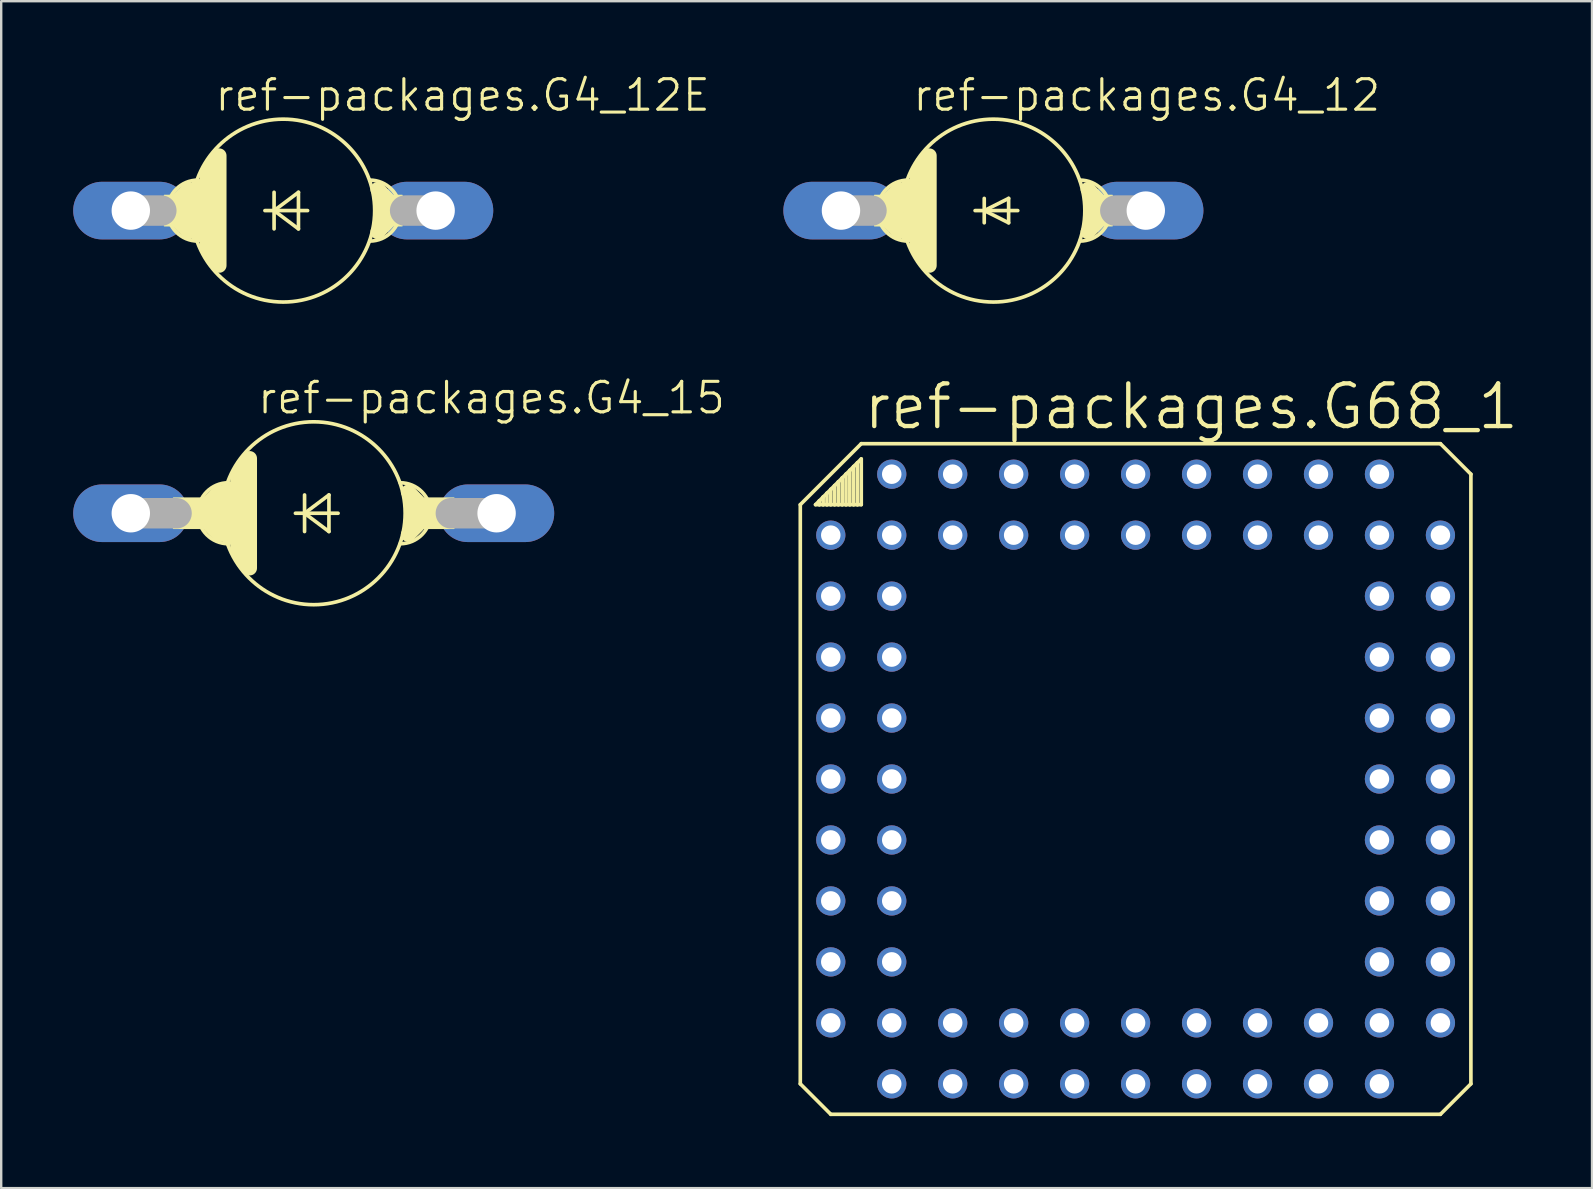
<source format=kicad_pcb>
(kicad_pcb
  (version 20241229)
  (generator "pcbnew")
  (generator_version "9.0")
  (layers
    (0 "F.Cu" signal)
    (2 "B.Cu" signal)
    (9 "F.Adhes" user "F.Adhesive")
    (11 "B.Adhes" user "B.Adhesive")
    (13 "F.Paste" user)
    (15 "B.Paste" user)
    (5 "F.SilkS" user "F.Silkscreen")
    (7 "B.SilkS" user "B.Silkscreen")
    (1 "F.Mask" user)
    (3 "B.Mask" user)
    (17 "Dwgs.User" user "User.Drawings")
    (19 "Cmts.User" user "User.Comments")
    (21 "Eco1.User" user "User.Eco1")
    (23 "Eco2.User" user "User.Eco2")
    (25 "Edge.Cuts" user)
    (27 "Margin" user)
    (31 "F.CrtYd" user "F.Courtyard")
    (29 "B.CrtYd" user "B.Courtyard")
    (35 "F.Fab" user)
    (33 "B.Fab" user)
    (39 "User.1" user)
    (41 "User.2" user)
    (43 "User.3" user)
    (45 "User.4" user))
  (footprint "ref-packages.G4_15"
    (layer "F.Cu")
    (at 10.02 18.334)
    (property "Reference" "ref-packages.G4_15" (at -2.413 -4.064 0) (layer "F.SilkS") (effects (font (size 1.27 1.27) (thickness 0.13)) (justify left bottom)))
    (attr through_hole)
    (fp_line (start -4.318 -0.508) (end -3.937 -0.889) (stroke (width 0.61) (type default)) (layer "F.SilkS"))
    (fp_line (start -4.318 0.508) (end -3.937 0.889) (stroke (width 0.61) (type default)) (layer "F.SilkS"))
    (fp_line (start -3.556 -1.016) (end -3.556 1.016) (stroke (width 0.61) (type default)) (layer "F.SilkS"))
    (fp_line (start -3.175 -1.524) (end -3.175 1.524) (stroke (width 0.61) (type default)) (layer "F.SilkS"))
    (fp_line (start -3.175 1.524) (end -2.921 2.032) (stroke (width 0.61) (type default)) (layer "F.SilkS"))
    (fp_line (start -2.921 -2.032) (end -3.175 -1.524) (stroke (width 0.61) (type default)) (layer "F.SilkS"))
    (fp_line (start -2.667 2.286) (end -2.667 -2.286) (stroke (width 0.61) (type default)) (layer "F.SilkS"))
    (fp_line (start -0.762 0) (end -0.381 0) (stroke (width 0.152) (type default)) (layer "F.SilkS"))
    (fp_line (start -0.381 -0.762) (end -0.381 0) (stroke (width 0.152) (type default)) (layer "F.SilkS"))
    (fp_line (start -0.381 0) (end -0.381 0.762) (stroke (width 0.152) (type default)) (layer "F.SilkS"))
    (fp_line (start -0.381 0) (end 0.635 -0.762) (stroke (width 0.152) (type default)) (layer "F.SilkS"))
    (fp_line (start -0.381 0) (end 1.016 0) (stroke (width 0.152) (type default)) (layer "F.SilkS"))
    (fp_line (start 0.635 -0.762) (end 0.635 0.762) (stroke (width 0.152) (type default)) (layer "F.SilkS"))
    (fp_line (start 0.635 0.762) (end -0.381 0) (stroke (width 0.152) (type default)) (layer "F.SilkS"))
    (fp_line (start 3.937 -0.889) (end 4.318 -0.508) (stroke (width 0.61) (type default)) (layer "F.SilkS"))
    (fp_line (start 4.318 0.508) (end 3.937 0.889) (stroke (width 0.61) (type default)) (layer "F.SilkS"))
    (fp_rect (start -5.842 0.635) (end -3.81 -0.635) (stroke (width 0.05) (type default)) (fill yes) (layer "F.SilkS"))
    (fp_rect (start 3.81 0.635) (end 5.842 -0.635) (stroke (width 0.05) (type default)) (fill yes) (layer "F.SilkS"))
    (fp_arc (start -3.556 1.27) (mid -4.826 0) (end -3.556 -1.27) (stroke (width 0.1524) (type default)) (layer "F.SilkS"))
    (fp_arc (start 3.606 -1.27) (mid 4.876 0) (end 3.606 1.27) (stroke (width 0.1524) (type default)) (layer "F.SilkS"))
    (fp_circle (center 0 0) (end 3.81 0) (stroke (width 0.152) (type default)) (fill no) (layer "F.SilkS"))
    (fp_line (start -7.62 0) (end -5.715 0) (stroke (width 1.27) (type default)) (layer "F.Fab"))
    (fp_line (start 7.62 0) (end 5.715 0) (stroke (width 1.27) (type default)) (layer "F.Fab"))
    (pad "A" thru_hole oval (at 7.62 0) (size 4.801 2.4) (drill 1.6) (layers "*.Cu" "*.Mask"))
    (pad "C" thru_hole oval (at -7.62 0) (size 4.801 2.4) (drill 1.6) (layers "*.Cu" "*.Mask")))
  (footprint "ref-packages.G4_12"
    (layer "F.Cu")
    (at 38.338 5.724)
    (property "Reference" "ref-packages.G4_12" (at -3.429 -4.064 0) (layer "F.SilkS") (effects (font (size 1.27 1.27) (thickness 0.13)) (justify left bottom)))
    (attr through_hole)
    (fp_line (start -4.318 -0.508) (end -3.937 -0.889) (stroke (width 0.61) (type default)) (layer "F.SilkS"))
    (fp_line (start -4.318 0.508) (end -3.937 0.889) (stroke (width 0.61) (type default)) (layer "F.SilkS"))
    (fp_line (start -3.556 -1.016) (end -3.556 1.016) (stroke (width 0.61) (type default)) (layer "F.SilkS"))
    (fp_line (start -3.175 -1.524) (end -3.175 1.524) (stroke (width 0.61) (type default)) (layer "F.SilkS"))
    (fp_line (start -3.175 1.524) (end -2.921 2.032) (stroke (width 0.61) (type default)) (layer "F.SilkS"))
    (fp_line (start -2.921 -2.032) (end -3.175 -1.524) (stroke (width 0.61) (type default)) (layer "F.SilkS"))
    (fp_line (start -2.667 2.286) (end -2.667 -2.286) (stroke (width 0.61) (type default)) (layer "F.SilkS"))
    (fp_line (start -0.762 0) (end -0.381 0) (stroke (width 0.152) (type default)) (layer "F.SilkS"))
    (fp_line (start -0.381 -0.508) (end -0.381 0) (stroke (width 0.152) (type default)) (layer "F.SilkS"))
    (fp_line (start -0.381 0) (end -0.381 0.508) (stroke (width 0.152) (type default)) (layer "F.SilkS"))
    (fp_line (start -0.381 0) (end 0.635 -0.508) (stroke (width 0.152) (type default)) (layer "F.SilkS"))
    (fp_line (start -0.381 0) (end 1.016 0) (stroke (width 0.152) (type default)) (layer "F.SilkS"))
    (fp_line (start 0.635 -0.508) (end 0.635 0.508) (stroke (width 0.152) (type default)) (layer "F.SilkS"))
    (fp_line (start 0.635 0.508) (end -0.381 0) (stroke (width 0.152) (type default)) (layer "F.SilkS"))
    (fp_line (start 3.937 -0.889) (end 4.318 -0.508) (stroke (width 0.61) (type default)) (layer "F.SilkS"))
    (fp_line (start 4.318 0.508) (end 3.937 0.889) (stroke (width 0.61) (type default)) (layer "F.SilkS"))
    (fp_rect (start -4.953 0.635) (end -3.81 -0.635) (stroke (width 0.05) (type default)) (fill yes) (layer "F.SilkS"))
    (fp_rect (start 3.81 0.635) (end 4.953 -0.635) (stroke (width 0.05) (type default)) (fill yes) (layer "F.SilkS"))
    (fp_arc (start -3.556 1.27) (mid -4.826 0) (end -3.556 -1.27) (stroke (width 0.1524) (type default)) (layer "F.SilkS"))
    (fp_arc (start 3.606 -1.27) (mid 4.876 0) (end 3.606 1.27) (stroke (width 0.1524) (type default)) (layer "F.SilkS"))
    (fp_circle (center 0 0) (end 3.81 0) (stroke (width 0.152) (type default)) (fill no) (layer "F.SilkS"))
    (fp_line (start -6.35 0) (end -5.08 0) (stroke (width 1.27) (type default)) (layer "F.Fab"))
    (fp_line (start 6.35 0) (end 5.08 0) (stroke (width 1.27) (type default)) (layer "F.Fab"))
    (pad "A" thru_hole oval (at 6.35 0) (size 4.801 2.4) (drill 1.6) (layers "*.Cu" "*.Mask"))
    (pad "C" thru_hole oval (at -6.35 0) (size 4.801 2.4) (drill 1.6) (layers "*.Cu" "*.Mask")))
  (footprint "ref-packages.G4_12E"
    (layer "F.Cu")
    (at 8.75 5.724)
    (property "Reference" "ref-packages.G4_12E" (at -2.921 -4.064 0) (layer "F.SilkS") (effects (font (size 1.27 1.27) (thickness 0.13)) (justify left bottom)))
    (attr through_hole)
    (fp_line (start -4.318 -0.508) (end -3.937 -0.889) (stroke (width 0.61) (type default)) (layer "F.SilkS"))
    (fp_line (start -4.318 0.508) (end -3.937 0.889) (stroke (width 0.61) (type default)) (layer "F.SilkS"))
    (fp_line (start -3.556 -1.016) (end -3.556 1.016) (stroke (width 0.61) (type default)) (layer "F.SilkS"))
    (fp_line (start -3.175 -1.524) (end -3.175 1.524) (stroke (width 0.61) (type default)) (layer "F.SilkS"))
    (fp_line (start -3.175 1.524) (end -2.921 2.032) (stroke (width 0.61) (type default)) (layer "F.SilkS"))
    (fp_line (start -2.921 -2.032) (end -3.175 -1.524) (stroke (width 0.61) (type default)) (layer "F.SilkS"))
    (fp_line (start -2.667 2.286) (end -2.667 -2.286) (stroke (width 0.61) (type default)) (layer "F.SilkS"))
    (fp_line (start -0.762 0) (end -0.381 0) (stroke (width 0.152) (type default)) (layer "F.SilkS"))
    (fp_line (start -0.381 -0.762) (end -0.381 0) (stroke (width 0.152) (type default)) (layer "F.SilkS"))
    (fp_line (start -0.381 0) (end -0.381 0.762) (stroke (width 0.152) (type default)) (layer "F.SilkS"))
    (fp_line (start -0.381 0) (end 0.635 -0.762) (stroke (width 0.152) (type default)) (layer "F.SilkS"))
    (fp_line (start -0.381 0) (end 1.016 0) (stroke (width 0.152) (type default)) (layer "F.SilkS"))
    (fp_line (start 0.635 -0.762) (end 0.635 0.762) (stroke (width 0.152) (type default)) (layer "F.SilkS"))
    (fp_line (start 0.635 0.762) (end -0.381 0) (stroke (width 0.152) (type default)) (layer "F.SilkS"))
    (fp_line (start 3.937 -0.889) (end 4.318 -0.508) (stroke (width 0.61) (type default)) (layer "F.SilkS"))
    (fp_line (start 4.318 0.508) (end 3.937 0.889) (stroke (width 0.61) (type default)) (layer "F.SilkS"))
    (fp_rect (start -4.953 0.635) (end -3.81 -0.635) (stroke (width 0.05) (type default)) (fill yes) (layer "F.SilkS"))
    (fp_rect (start 3.81 0.635) (end 4.953 -0.635) (stroke (width 0.05) (type default)) (fill yes) (layer "F.SilkS"))
    (fp_arc (start -3.556 1.27) (mid -4.826 0) (end -3.556 -1.27) (stroke (width 0.1524) (type default)) (layer "F.SilkS"))
    (fp_arc (start 3.606 -1.27) (mid 4.876 0) (end 3.606 1.27) (stroke (width 0.1524) (type default)) (layer "F.SilkS"))
    (fp_circle (center 0 0) (end 3.81 0) (stroke (width 0.152) (type default)) (fill no) (layer "F.SilkS"))
    (fp_line (start -6.35 0) (end -5.08 0) (stroke (width 1.27) (type default)) (layer "F.Fab"))
    (fp_line (start 6.35 0) (end 5.08 0) (stroke (width 1.27) (type default)) (layer "F.Fab"))
    (pad "A" thru_hole oval (at 6.35 0) (size 4.801 2.4) (drill 1.6) (layers "*.Cu" "*.Mask"))
    (pad "C" thru_hole oval (at -6.35 0) (size 4.801 2.4) (drill 1.6) (layers "*.Cu" "*.Mask")))
  (footprint "ref-packages.G68_1"
    (layer "F.Cu")
    (at 44.263 29.406)
    (property "Reference" "ref-packages.G68_1" (at -11.43 -14.478 0) (layer "F.SilkS") (effects (font (size 1.778 1.778) (thickness 0.18)) (justify left bottom)))
    (attr through_hole)
    (fp_line (start -13.97 -11.43) (end -11.43 -13.97) (stroke (width 0.152) (type default)) (layer "F.SilkS"))
    (fp_line (start -13.97 12.7) (end -13.97 -11.43) (stroke (width 0.152) (type default)) (layer "F.SilkS"))
    (fp_line (start -13.335 -11.43) (end -13.176 -11.589) (stroke (width 0.152) (type default)) (layer "F.SilkS"))
    (fp_line (start -13.176 -11.589) (end -13.176 -11.43) (stroke (width 0.152) (type default)) (layer "F.SilkS"))
    (fp_line (start -13.176 -11.589) (end -13.018 -11.748) (stroke (width 0.152) (type default)) (layer "F.SilkS"))
    (fp_line (start -13.176 -11.43) (end -13.335 -11.43) (stroke (width 0.152) (type default)) (layer "F.SilkS"))
    (fp_line (start -13.018 -11.748) (end -13.018 -11.43) (stroke (width 0.152) (type default)) (layer "F.SilkS"))
    (fp_line (start -13.018 -11.748) (end -12.859 -11.906) (stroke (width 0.152) (type default)) (layer "F.SilkS"))
    (fp_line (start -13.018 -11.43) (end -13.176 -11.43) (stroke (width 0.152) (type default)) (layer "F.SilkS"))
    (fp_line (start -12.859 -11.906) (end -12.859 -11.43) (stroke (width 0.152) (type default)) (layer "F.SilkS"))
    (fp_line (start -12.859 -11.906) (end -12.7 -12.065) (stroke (width 0.152) (type default)) (layer "F.SilkS"))
    (fp_line (start -12.859 -11.43) (end -13.018 -11.43) (stroke (width 0.152) (type default)) (layer "F.SilkS"))
    (fp_line (start -12.7 -12.065) (end -12.7 -11.43) (stroke (width 0.152) (type default)) (layer "F.SilkS"))
    (fp_line (start -12.7 -12.065) (end -12.541 -12.224) (stroke (width 0.152) (type default)) (layer "F.SilkS"))
    (fp_line (start -12.7 -11.43) (end -12.859 -11.43) (stroke (width 0.152) (type default)) (layer "F.SilkS"))
    (fp_line (start -12.7 13.97) (end -13.97 12.7) (stroke (width 0.152) (type default)) (layer "F.SilkS"))
    (fp_line (start -12.541 -12.224) (end -12.541 -11.43) (stroke (width 0.152) (type default)) (layer "F.SilkS"))
    (fp_line (start -12.541 -12.224) (end -12.383 -12.383) (stroke (width 0.152) (type default)) (layer "F.SilkS"))
    (fp_line (start -12.541 -11.43) (end -12.7 -11.43) (stroke (width 0.152) (type default)) (layer "F.SilkS"))
    (fp_line (start -12.383 -12.383) (end -12.383 -11.43) (stroke (width 0.152) (type default)) (layer "F.SilkS"))
    (fp_line (start -12.383 -12.383) (end -12.224 -12.541) (stroke (width 0.152) (type default)) (layer "F.SilkS"))
    (fp_line (start -12.383 -11.43) (end -12.541 -11.43) (stroke (width 0.152) (type default)) (layer "F.SilkS"))
    (fp_line (start -12.224 -12.541) (end -12.224 -11.43) (stroke (width 0.152) (type default)) (layer "F.SilkS"))
    (fp_line (start -12.224 -12.541) (end -12.065 -12.7) (stroke (width 0.152) (type default)) (layer "F.SilkS"))
    (fp_line (start -12.224 -11.43) (end -12.383 -11.43) (stroke (width 0.152) (type default)) (layer "F.SilkS"))
    (fp_line (start -12.065 -12.7) (end -12.065 -11.43) (stroke (width 0.152) (type default)) (layer "F.SilkS"))
    (fp_line (start -12.065 -12.7) (end -11.906 -12.859) (stroke (width 0.152) (type default)) (layer "F.SilkS"))
    (fp_line (start -12.065 -11.43) (end -12.224 -11.43) (stroke (width 0.152) (type default)) (layer "F.SilkS"))
    (fp_line (start -11.906 -12.859) (end -11.906 -11.43) (stroke (width 0.152) (type default)) (layer "F.SilkS"))
    (fp_line (start -11.906 -12.859) (end -11.748 -13.018) (stroke (width 0.152) (type default)) (layer "F.SilkS"))
    (fp_line (start -11.906 -11.43) (end -12.065 -11.43) (stroke (width 0.152) (type default)) (layer "F.SilkS"))
    (fp_line (start -11.748 -13.018) (end -11.748 -11.43) (stroke (width 0.152) (type default)) (layer "F.SilkS"))
    (fp_line (start -11.748 -13.018) (end -11.589 -13.176) (stroke (width 0.152) (type default)) (layer "F.SilkS"))
    (fp_line (start -11.748 -11.43) (end -11.906 -11.43) (stroke (width 0.152) (type default)) (layer "F.SilkS"))
    (fp_line (start -11.589 -13.176) (end -11.589 -11.43) (stroke (width 0.152) (type default)) (layer "F.SilkS"))
    (fp_line (start -11.589 -13.176) (end -11.43 -13.335) (stroke (width 0.152) (type default)) (layer "F.SilkS"))
    (fp_line (start -11.589 -11.43) (end -11.748 -11.43) (stroke (width 0.152) (type default)) (layer "F.SilkS"))
    (fp_line (start -11.43 -13.97) (end 12.7 -13.97) (stroke (width 0.152) (type default)) (layer "F.SilkS"))
    (fp_line (start -11.43 -13.335) (end -11.43 -11.43) (stroke (width 0.152) (type default)) (layer "F.SilkS"))
    (fp_line (start -11.43 -11.43) (end -11.589 -11.43) (stroke (width 0.152) (type default)) (layer "F.SilkS"))
    (fp_line (start 12.7 -13.97) (end 13.97 -12.7) (stroke (width 0.152) (type default)) (layer "F.SilkS"))
    (fp_line (start 12.7 13.97) (end -12.7 13.97) (stroke (width 0.152) (type default)) (layer "F.SilkS"))
    (fp_line (start 13.97 -12.7) (end 13.97 12.7) (stroke (width 0.152) (type default)) (layer "F.SilkS"))
    (fp_line (start 13.97 12.7) (end 12.7 13.97) (stroke (width 0.152) (type default)) (layer "F.SilkS"))
    (pad "1" thru_hole circle (at -10.16 -10.16) (size 1.219 1.219) (drill 0.813) (layers "*.Cu" "*.Mask"))
    (pad "2" thru_hole circle (at -12.7 -10.16) (size 1.219 1.219) (drill 0.813) (layers "*.Cu" "*.Mask"))
    (pad "3" thru_hole circle (at -10.16 -7.62) (size 1.219 1.219) (drill 0.813) (layers "*.Cu" "*.Mask"))
    (pad "4" thru_hole circle (at -12.7 -7.62) (size 1.219 1.219) (drill 0.813) (layers "*.Cu" "*.Mask"))
    (pad "5" thru_hole circle (at -10.16 -5.08) (size 1.219 1.219) (drill 0.813) (layers "*.Cu" "*.Mask"))
    (pad "6" thru_hole circle (at -12.7 -5.08) (size 1.219 1.219) (drill 0.813) (layers "*.Cu" "*.Mask"))
    (pad "7" thru_hole circle (at -10.16 -2.54) (size 1.219 1.219) (drill 0.813) (layers "*.Cu" "*.Mask"))
    (pad "8" thru_hole circle (at -12.7 -2.54) (size 1.219 1.219) (drill 0.813) (layers "*.Cu" "*.Mask"))
    (pad "9" thru_hole circle (at -10.16 0) (size 1.219 1.219) (drill 0.813) (layers "*.Cu" "*.Mask"))
    (pad "10" thru_hole circle (at -12.7 0) (size 1.219 1.219) (drill 0.813) (layers "*.Cu" "*.Mask"))
    (pad "11" thru_hole circle (at -10.16 2.54) (size 1.219 1.219) (drill 0.813) (layers "*.Cu" "*.Mask"))
    (pad "12" thru_hole circle (at -12.7 2.54) (size 1.219 1.219) (drill 0.813) (layers "*.Cu" "*.Mask"))
    (pad "13" thru_hole circle (at -10.16 5.08) (size 1.219 1.219) (drill 0.813) (layers "*.Cu" "*.Mask"))
    (pad "14" thru_hole circle (at -12.7 5.08) (size 1.219 1.219) (drill 0.813) (layers "*.Cu" "*.Mask"))
    (pad "15" thru_hole circle (at -10.16 7.62) (size 1.219 1.219) (drill 0.813) (layers "*.Cu" "*.Mask"))
    (pad "16" thru_hole circle (at -12.7 7.62) (size 1.219 1.219) (drill 0.813) (layers "*.Cu" "*.Mask"))
    (pad "17" thru_hole circle (at -12.7 10.16) (size 1.219 1.219) (drill 0.813) (layers "*.Cu" "*.Mask"))
    (pad "18" thru_hole circle (at -10.16 10.16) (size 1.219 1.219) (drill 0.813) (layers "*.Cu" "*.Mask"))
    (pad "19" thru_hole circle (at -10.16 12.7) (size 1.219 1.219) (drill 0.813) (layers "*.Cu" "*.Mask"))
    (pad "20" thru_hole circle (at -7.62 10.16) (size 1.219 1.219) (drill 0.813) (layers "*.Cu" "*.Mask"))
    (pad "21" thru_hole circle (at -7.62 12.7) (size 1.219 1.219) (drill 0.813) (layers "*.Cu" "*.Mask"))
    (pad "22" thru_hole circle (at -5.08 10.16) (size 1.219 1.219) (drill 0.813) (layers "*.Cu" "*.Mask"))
    (pad "23" thru_hole circle (at -5.08 12.7) (size 1.219 1.219) (drill 0.813) (layers "*.Cu" "*.Mask"))
    (pad "24" thru_hole circle (at -2.54 10.16) (size 1.219 1.219) (drill 0.813) (layers "*.Cu" "*.Mask"))
    (pad "25" thru_hole circle (at -2.54 12.7) (size 1.219 1.219) (drill 0.813) (layers "*.Cu" "*.Mask"))
    (pad "26" thru_hole circle (at 0 10.16) (size 1.219 1.219) (drill 0.813) (layers "*.Cu" "*.Mask"))
    (pad "27" thru_hole circle (at 0 12.7) (size 1.219 1.219) (drill 0.813) (layers "*.Cu" "*.Mask"))
    (pad "28" thru_hole circle (at 2.54 10.16) (size 1.219 1.219) (drill 0.813) (layers "*.Cu" "*.Mask"))
    (pad "29" thru_hole circle (at 2.54 12.7) (size 1.219 1.219) (drill 0.813) (layers "*.Cu" "*.Mask"))
    (pad "30" thru_hole circle (at 5.08 10.16) (size 1.219 1.219) (drill 0.813) (layers "*.Cu" "*.Mask"))
    (pad "31" thru_hole circle (at 5.08 12.7) (size 1.219 1.219) (drill 0.813) (layers "*.Cu" "*.Mask"))
    (pad "32" thru_hole circle (at 7.62 10.16) (size 1.219 1.219) (drill 0.813) (layers "*.Cu" "*.Mask"))
    (pad "33" thru_hole circle (at 7.62 12.7) (size 1.219 1.219) (drill 0.813) (layers "*.Cu" "*.Mask"))
    (pad "34" thru_hole circle (at 10.16 12.7) (size 1.219 1.219) (drill 0.813) (layers "*.Cu" "*.Mask"))
    (pad "35" thru_hole circle (at 10.16 10.16) (size 1.219 1.219) (drill 0.813) (layers "*.Cu" "*.Mask"))
    (pad "36" thru_hole circle (at 12.7 10.16) (size 1.219 1.219) (drill 0.813) (layers "*.Cu" "*.Mask"))
    (pad "37" thru_hole circle (at 10.16 7.62) (size 1.219 1.219) (drill 0.813) (layers "*.Cu" "*.Mask"))
    (pad "38" thru_hole circle (at 12.7 7.62) (size 1.219 1.219) (drill 0.813) (layers "*.Cu" "*.Mask"))
    (pad "39" thru_hole circle (at 10.16 5.08) (size 1.219 1.219) (drill 0.813) (layers "*.Cu" "*.Mask"))
    (pad "40" thru_hole circle (at 12.7 5.08) (size 1.219 1.219) (drill 0.813) (layers "*.Cu" "*.Mask"))
    (pad "41" thru_hole circle (at 10.16 2.54) (size 1.219 1.219) (drill 0.813) (layers "*.Cu" "*.Mask"))
    (pad "42" thru_hole circle (at 12.7 2.54) (size 1.219 1.219) (drill 0.813) (layers "*.Cu" "*.Mask"))
    (pad "43" thru_hole circle (at 10.16 0) (size 1.219 1.219) (drill 0.813) (layers "*.Cu" "*.Mask"))
    (pad "44" thru_hole circle (at 12.7 0) (size 1.219 1.219) (drill 0.813) (layers "*.Cu" "*.Mask"))
    (pad "45" thru_hole circle (at 10.16 -2.54) (size 1.219 1.219) (drill 0.813) (layers "*.Cu" "*.Mask"))
    (pad "46" thru_hole circle (at 12.7 -2.54) (size 1.219 1.219) (drill 0.813) (layers "*.Cu" "*.Mask"))
    (pad "47" thru_hole circle (at 10.16 -5.08) (size 1.219 1.219) (drill 0.813) (layers "*.Cu" "*.Mask"))
    (pad "48" thru_hole circle (at 12.7 -5.08) (size 1.219 1.219) (drill 0.813) (layers "*.Cu" "*.Mask"))
    (pad "49" thru_hole circle (at 10.16 -7.62) (size 1.219 1.219) (drill 0.813) (layers "*.Cu" "*.Mask"))
    (pad "50" thru_hole circle (at 12.7 -7.62) (size 1.219 1.219) (drill 0.813) (layers "*.Cu" "*.Mask"))
    (pad "51" thru_hole circle (at 12.7 -10.16) (size 1.219 1.219) (drill 0.813) (layers "*.Cu" "*.Mask"))
    (pad "52" thru_hole circle (at 10.16 -10.16) (size 1.219 1.219) (drill 0.813) (layers "*.Cu" "*.Mask"))
    (pad "53" thru_hole circle (at 10.16 -12.7) (size 1.219 1.219) (drill 0.813) (layers "*.Cu" "*.Mask"))
    (pad "54" thru_hole circle (at 7.62 -10.16) (size 1.219 1.219) (drill 0.813) (layers "*.Cu" "*.Mask"))
    (pad "55" thru_hole circle (at 7.62 -12.7) (size 1.219 1.219) (drill 0.813) (layers "*.Cu" "*.Mask"))
    (pad "56" thru_hole circle (at 5.08 -10.16) (size 1.219 1.219) (drill 0.813) (layers "*.Cu" "*.Mask"))
    (pad "57" thru_hole circle (at 5.08 -12.7) (size 1.219 1.219) (drill 0.813) (layers "*.Cu" "*.Mask"))
    (pad "58" thru_hole circle (at 2.54 -10.16) (size 1.219 1.219) (drill 0.813) (layers "*.Cu" "*.Mask"))
    (pad "59" thru_hole circle (at 2.54 -12.7) (size 1.219 1.219) (drill 0.813) (layers "*.Cu" "*.Mask"))
    (pad "60" thru_hole circle (at 0 -10.16) (size 1.219 1.219) (drill 0.813) (layers "*.Cu" "*.Mask"))
    (pad "61" thru_hole circle (at 0 -12.7) (size 1.219 1.219) (drill 0.813) (layers "*.Cu" "*.Mask"))
    (pad "62" thru_hole circle (at -2.54 -10.16) (size 1.219 1.219) (drill 0.813) (layers "*.Cu" "*.Mask"))
    (pad "63" thru_hole circle (at -2.54 -12.7) (size 1.219 1.219) (drill 0.813) (layers "*.Cu" "*.Mask"))
    (pad "64" thru_hole circle (at -5.08 -10.16) (size 1.219 1.219) (drill 0.813) (layers "*.Cu" "*.Mask"))
    (pad "65" thru_hole circle (at -5.08 -12.7) (size 1.219 1.219) (drill 0.813) (layers "*.Cu" "*.Mask"))
    (pad "66" thru_hole circle (at -7.62 -10.16) (size 1.219 1.219) (drill 0.813) (layers "*.Cu" "*.Mask"))
    (pad "67" thru_hole circle (at -7.62 -12.7) (size 1.219 1.219) (drill 0.813) (layers "*.Cu" "*.Mask"))
    (pad "68" thru_hole circle (at -10.16 -12.7) (size 1.219 1.219) (drill 0.813) (layers "*.Cu" "*.Mask")))
  (gr_rect
    (start -3 -3)
    (end 63.28 46.452)
    (stroke (width 0.1) (type default))
    (fill no)
    (layer "Edge.Cuts")))
</source>
